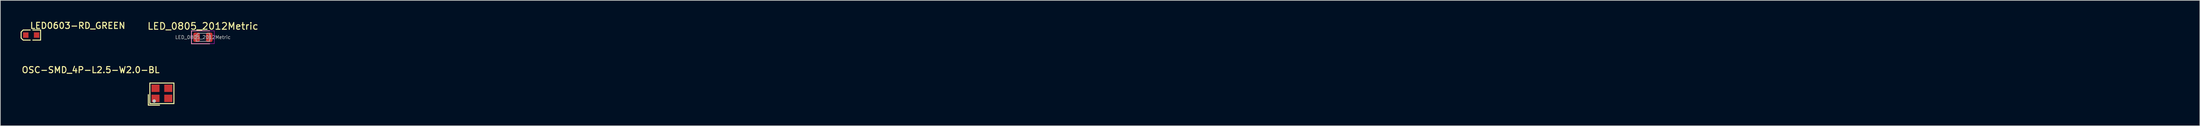
<source format=kicad_pcb>
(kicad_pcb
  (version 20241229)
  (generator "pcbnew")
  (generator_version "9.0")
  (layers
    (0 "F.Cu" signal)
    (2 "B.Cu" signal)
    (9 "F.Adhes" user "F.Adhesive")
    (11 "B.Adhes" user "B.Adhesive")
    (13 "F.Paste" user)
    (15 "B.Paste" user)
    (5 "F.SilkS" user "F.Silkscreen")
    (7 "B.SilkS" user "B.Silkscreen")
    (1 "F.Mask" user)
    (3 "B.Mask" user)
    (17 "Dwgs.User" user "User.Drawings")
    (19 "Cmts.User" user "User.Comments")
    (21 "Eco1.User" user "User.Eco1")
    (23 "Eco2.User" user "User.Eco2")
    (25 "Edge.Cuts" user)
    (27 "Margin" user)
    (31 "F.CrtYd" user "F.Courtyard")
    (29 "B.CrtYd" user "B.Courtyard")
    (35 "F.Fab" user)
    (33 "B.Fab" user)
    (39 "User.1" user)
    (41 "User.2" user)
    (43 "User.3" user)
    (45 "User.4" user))
  (footprint "LED_0805_2012Metric"
    (layer "F.Cu")
    (at 26.975 2.498)
    (property "Reference" "LED_0805_2012Metric" (at 0 -1.65 0) (layer "F.SilkS") (effects (font (size 1 1) (thickness 0.15))))
    (attr smd)
    (fp_line (start -1.685 -0.96) (end -1.685 0.96) (stroke (width 0.12) (type solid)) (layer "F.SilkS"))
    (fp_line (start -1.685 0.96) (end 1 0.96) (stroke (width 0.12) (type solid)) (layer "F.SilkS"))
    (fp_line (start 1 -0.96) (end -1.685 -0.96) (stroke (width 0.12) (type solid)) (layer "F.SilkS"))
    (fp_line (start -1.68 -0.95) (end 1.68 -0.95) (stroke (width 0.05) (type solid)) (layer "F.CrtYd"))
    (fp_line (start -1.68 0.95) (end -1.68 -0.95) (stroke (width 0.05) (type solid)) (layer "F.CrtYd"))
    (fp_line (start 1.68 -0.95) (end 1.68 0.95) (stroke (width 0.05) (type solid)) (layer "F.CrtYd"))
    (fp_line (start 1.68 0.95) (end -1.68 0.95) (stroke (width 0.05) (type solid)) (layer "F.CrtYd"))
    (fp_line (start -1 -0.3) (end -1 0.6) (stroke (width 0.1) (type solid)) (layer "F.Fab"))
    (fp_line (start -1 0.6) (end 1 0.6) (stroke (width 0.1) (type solid)) (layer "F.Fab"))
    (fp_line (start -0.7 -0.6) (end -1 -0.3) (stroke (width 0.1) (type solid)) (layer "F.Fab"))
    (fp_line (start 1 -0.6) (end -0.7 -0.6) (stroke (width 0.1) (type solid)) (layer "F.Fab"))
    (fp_line (start 1 0.6) (end 1 -0.6) (stroke (width 0.1) (type solid)) (layer "F.Fab"))
    (fp_text user "${REFERENCE}" (at 0 0 0) (layer "F.Fab") (effects (font (size 0.5 0.5) (thickness 0.08))))
    (pad "1" smd roundrect (at -0.938 0) (size 0.975 1.4) (layers "F.Cu" "F.Mask" "F.Paste") (roundrect_rratio 0.25))
    (pad "2" smd roundrect (at 0.938 0) (size 0.975 1.4) (layers "F.Cu" "F.Mask" "F.Paste") (roundrect_rratio 0.25)))
  (footprint "LED0603-RD_GREEN"
    (layer "F.Cu")
    (at 1.565 2.17)
    (property "Reference" "LED0603-RD_GREEN" (at -0.244 -1.937 0) (layer "F.SilkS") (effects (font (size 0.914 0.914) (thickness 0.152)) (justify left top)))
    (fp_line (start -1.49 -0.454) (end -1.19 -0.754) (stroke (width 0.15) (type default)) (layer "F.SilkS"))
    (fp_line (start -1.49 -0.354) (end -1.49 -0.454) (stroke (width 0.15) (type default)) (layer "F.SilkS"))
    (fp_line (start -1.49 -0.354) (end -1.49 0.346) (stroke (width 0.15) (type default)) (layer "F.SilkS"))
    (fp_line (start -1.49 0.346) (end -1.49 0.446) (stroke (width 0.15) (type default)) (layer "F.SilkS"))
    (fp_line (start -1.49 0.446) (end -1.19 0.746) (stroke (width 0.15) (type default)) (layer "F.SilkS"))
    (fp_line (start -0.14 -0.754) (end -1.19 -0.754) (stroke (width 0.15) (type default)) (layer "F.SilkS"))
    (fp_line (start -0.14 0.746) (end -1.19 0.746) (stroke (width 0.15) (type default)) (layer "F.SilkS"))
    (fp_line (start 0.24 -0.757) (end 1.391 -0.757) (stroke (width 0.15) (type default)) (layer "F.SilkS"))
    (fp_line (start 0.24 0.744) (end 1.391 0.744) (stroke (width 0.15) (type default)) (layer "F.SilkS"))
    (fp_line (start 1.391 -0.756) (end 1.391 0.724) (stroke (width 0.15) (type default)) (layer "F.SilkS"))
    (fp_circle (center -0.799 0.403) (end -0.769 0.403) (stroke (width 0.06) (type default)) (fill no) (layer "User.5"))
    (pad "1" smd rect (at -0.799 0.003 90) (size 0.8 0.8) (layers "F.Cu" "F.Mask" "F.Paste"))
    (pad "2" smd rect (at 0.799 -0.004 90) (size 0.8 0.8) (layers "F.Cu" "F.Mask" "F.Paste"))
    (zone (net_name "") (layer "F.SilkS") (hatch edge 0.5) (priority 100) (connect_pads yes) (min_thickness 0) (filled_areas_thickness no) (fill yes) (polygon (pts (xy 1.265 1.77) (xy 1.265 2.57) (xy 1.465 2.57) (xy 1.465 1.77))) (filled_polygon (layer "F.SilkS") (island) (pts (xy 1.265 1.77) (xy 1.265 2.57) (xy 1.465 2.57) (xy 1.465 1.77))))
    (zone (net_name "") (layer "Dwgs.User") (hatch edge 0.5) (priority 100) (connect_pads yes) (min_thickness 0) (filled_areas_thickness no) (fill yes) (polygon (pts (xy 0.495 2.109) (xy 1.035 2.109) (xy 1.035 2.239) (xy 0.495 2.239))) (filled_polygon (layer "Dwgs.User") (island) (pts (xy 0.495 2.109) (xy 1.035 2.109) (xy 1.035 2.239) (xy 0.495 2.239))))
    (zone (net_name "") (layer "Dwgs.User") (hatch edge 0.5) (priority 100) (connect_pads yes) (min_thickness 0) (filled_areas_thickness no) (fill yes) (polygon (pts (xy 1.265 1.77) (xy 1.265 2.57) (xy 1.465 2.57) (xy 1.465 1.77))) (filled_polygon (layer "Dwgs.User") (island) (pts (xy 1.265 1.77) (xy 1.265 2.57) (xy 1.465 2.57) (xy 1.465 1.77))))
    (zone (net_name "") (layer "Dwgs.User") (hatch edge 0.5) (priority 100) (connect_pads yes) (min_thickness 0) (filled_areas_thickness no) (fill yes) (polygon (pts (xy 2.094 2.102) (xy 2.634 2.102) (xy 2.634 2.232) (xy 2.094 2.232))) (filled_polygon (layer "Dwgs.User") (island) (pts (xy 2.094 2.102) (xy 2.634 2.102) (xy 2.634 2.232) (xy 2.094 2.232))))
    (zone (net_name "") (layer "Dwgs.User") (hatch edge 0.5) (priority 100) (connect_pads yes) (min_thickness 0) (filled_areas_thickness no) (fill yes) (polygon (pts (xy 2.299 2.437) (xy 2.299 1.897) (xy 2.429 1.897) (xy 2.429 2.437))) (filled_polygon (layer "Dwgs.User") (island) (pts (xy 2.299 2.437) (xy 2.299 1.897) (xy 2.429 1.897) (xy 2.429 2.437))))
    (zone (net_name "") (layer "User.3") (hatch edge 0.5) (priority 100) (connect_pads yes) (min_thickness 0) (filled_areas_thickness no) (fill yes) (polygon (pts (xy 0.765 2.57) (xy 0.765 1.77) (xy 2.365 1.77) (xy 2.365 2.57))) (filled_polygon (layer "User.3") (island) (pts (xy 0.765 2.57) (xy 0.765 1.77) (xy 2.365 1.77) (xy 2.365 2.57))))
    (zone (net_name "") (layer "User.4") (hatch edge 0.5) (priority 100) (connect_pads yes) (min_thickness 0) (filled_areas_thickness no) (fill yes) (polygon (pts (xy 0.765 2.574) (xy 0.765 1.774) (xy 1.065 1.774) (xy 1.065 2.574))) (filled_polygon (layer "User.4") (island) (pts (xy 0.765 2.574) (xy 0.765 1.774) (xy 1.065 1.774) (xy 1.065 2.574))))
    (zone (net_name "") (layer "User.4") (hatch edge 0.5) (priority 100) (connect_pads yes) (min_thickness 0) (filled_areas_thickness no) (fill yes) (polygon (pts (xy 2.065 2.567) (xy 2.065 1.767) (xy 2.365 1.767) (xy 2.365 2.567))) (filled_polygon (layer "User.4") (island) (pts (xy 2.065 2.567) (xy 2.065 1.767) (xy 2.365 1.767) (xy 2.365 2.567)))))
  (footprint "OSC-SMD_4P-L2.5-W2.0-BL"
    (layer "F.Cu")
    (at 20.906 10.836)
    (property "Reference" "OSC-SMD_4P-L2.5-W2.0-BL" (at -0.254 -2.946 0) (layer "F.SilkS") (effects (font (size 0.914 0.914) (thickness 0.152)) (justify right bottom)))
    (fp_line (start -2.007 0.201) (end -2.007 1.758) (stroke (width 0.152) (type default)) (layer "F.SilkS"))
    (fp_line (start -2.007 1.758) (end -0.35 1.758) (stroke (width 0.152) (type default)) (layer "F.SilkS"))
    (fp_line (start -1.779 -1.529) (end 1.779 -1.529) (stroke (width 0.152) (type default)) (layer "F.SilkS"))
    (fp_line (start -1.779 1.529) (end -1.779 -1.529) (stroke (width 0.152) (type default)) (layer "F.SilkS"))
    (fp_line (start 1.779 -1.529) (end 1.779 1.529) (stroke (width 0.152) (type default)) (layer "F.SilkS"))
    (fp_line (start 1.779 1.529) (end -1.779 1.529) (stroke (width 0.152) (type default)) (layer "F.SilkS"))
    (fp_circle (center -1.143 1.143) (end -1.016 1.143) (stroke (width 0.254) (type default)) (fill no) (layer "Dwgs.User"))
    (fp_circle (center -1.25 1) (end -1.22 1) (stroke (width 0.06) (type default)) (fill no) (layer "User.5"))
    (pad "1" smd rect (at -0.95 0.75 180) (size 1.2 1.1) (layers "F.Cu" "F.Mask" "F.Paste"))
    (pad "2" smd rect (at 0.95 0.75 180) (size 1.2 1.1) (layers "F.Cu" "F.Mask" "F.Paste"))
    (pad "3" smd rect (at 0.95 -0.75 180) (size 1.2 1.1) (layers "F.Cu" "F.Mask" "F.Paste"))
    (pad "4" smd rect (at -0.95 -0.75 180) (size 1.2 1.1) (layers "F.Cu" "F.Mask" "F.Paste"))
    (zone (net_name "") (layer "Dwgs.User") (hatch edge 0.5) (priority 100) (connect_pads yes) (min_thickness 0) (filled_areas_thickness no) (fill yes) (polygon (pts (xy 317.591 10.201) (xy 317.083 10.201) (xy 317.083 10.074) (xy 317.591 10.074))) (filled_polygon (layer "Dwgs.User") (island) (pts (xy 317.591 10.201) (xy 317.083 10.201) (xy 317.083 10.074) (xy 317.591 10.074))))
    (zone (net_name "") (layer "Dwgs.User") (hatch edge 0.5) (priority 100) (connect_pads yes) (min_thickness 0) (filled_areas_thickness no) (fill yes) (polygon (pts (xy 319.179 11.154) (xy 319.179 11.662) (xy 319.052 11.662) (xy 319.052 11.154))) (filled_polygon (layer "Dwgs.User") (island) (pts (xy 319.179 11.154) (xy 319.179 11.662) (xy 319.052 11.662) (xy 319.052 11.154))))
    (zone (net_name "") (layer "Dwgs.User") (hatch edge 0.5) (priority 100) (connect_pads yes) (min_thickness 0) (filled_areas_thickness no) (fill yes) (polygon (pts (xy 319.369 11.471) (xy 318.861 11.471) (xy 318.861 11.344) (xy 319.369 11.344))) (filled_polygon (layer "Dwgs.User") (island) (pts (xy 319.369 11.471) (xy 318.861 11.471) (xy 318.861 11.344) (xy 319.369 11.344))))
    (zone (net_name "") (layer "User.3") (hatch edge 0.5) (priority 100) (connect_pads yes) (min_thickness 0) (filled_areas_thickness no) (fill yes) (polygon (pts (xy 319.476 9.836) (xy 319.476 11.836) (xy 316.976 11.836) (xy 316.976 9.836))) (filled_polygon (layer "User.3") (island) (pts (xy 319.476 9.836) (xy 319.476 11.836) (xy 316.976 11.836) (xy 316.976 9.836))))
    (zone (net_name "") (layer "User.4") (hatch edge 0.5) (priority 100) (connect_pads yes) (min_thickness 0) (filled_areas_thickness no) (fill yes) (polygon (pts (xy 316.976 9.836) (xy 317.776 9.836) (xy 317.776 10.511) (xy 316.976 10.511))) (filled_polygon (layer "User.4") (island) (pts (xy 316.976 9.836) (xy 317.776 9.836) (xy 317.776 10.511) (xy 316.976 10.511))))
    (zone (net_name "") (layer "User.4") (hatch edge 0.5) (priority 100) (connect_pads yes) (min_thickness 0) (filled_areas_thickness no) (fill yes) (polygon (pts (xy 316.976 11.161) (xy 317.776 11.161) (xy 317.776 11.836) (xy 316.976 11.836))) (filled_polygon (layer "User.4") (island) (pts (xy 316.976 11.161) (xy 317.776 11.161) (xy 317.776 11.836) (xy 316.976 11.836))))
    (zone (net_name "") (layer "User.4") (hatch edge 0.5) (priority 100) (connect_pads yes) (min_thickness 0) (filled_areas_thickness no) (fill yes) (polygon (pts (xy 318.676 9.836) (xy 319.476 9.836) (xy 319.476 10.511) (xy 318.676 10.511))) (filled_polygon (layer "User.4") (island) (pts (xy 318.676 9.836) (xy 319.476 9.836) (xy 319.476 10.511) (xy 318.676 10.511))))
    (zone (net_name "") (layer "User.4") (hatch edge 0.5) (priority 100) (connect_pads yes) (min_thickness 0) (filled_areas_thickness no) (fill yes) (polygon (pts (xy 319.476 11.836) (xy 318.676 11.836) (xy 318.676 11.161) (xy 319.476 11.161))) (filled_polygon (layer "User.4") (island) (pts (xy 319.476 11.836) (xy 318.676 11.836) (xy 318.676 11.161) (xy 319.476 11.161)))))
  (gr_rect
    (start -3 -3)
    (end 322.476 15.67)
    (stroke (width 0.1) (type default))
    (fill no)
    (layer "Edge.Cuts")))
</source>
